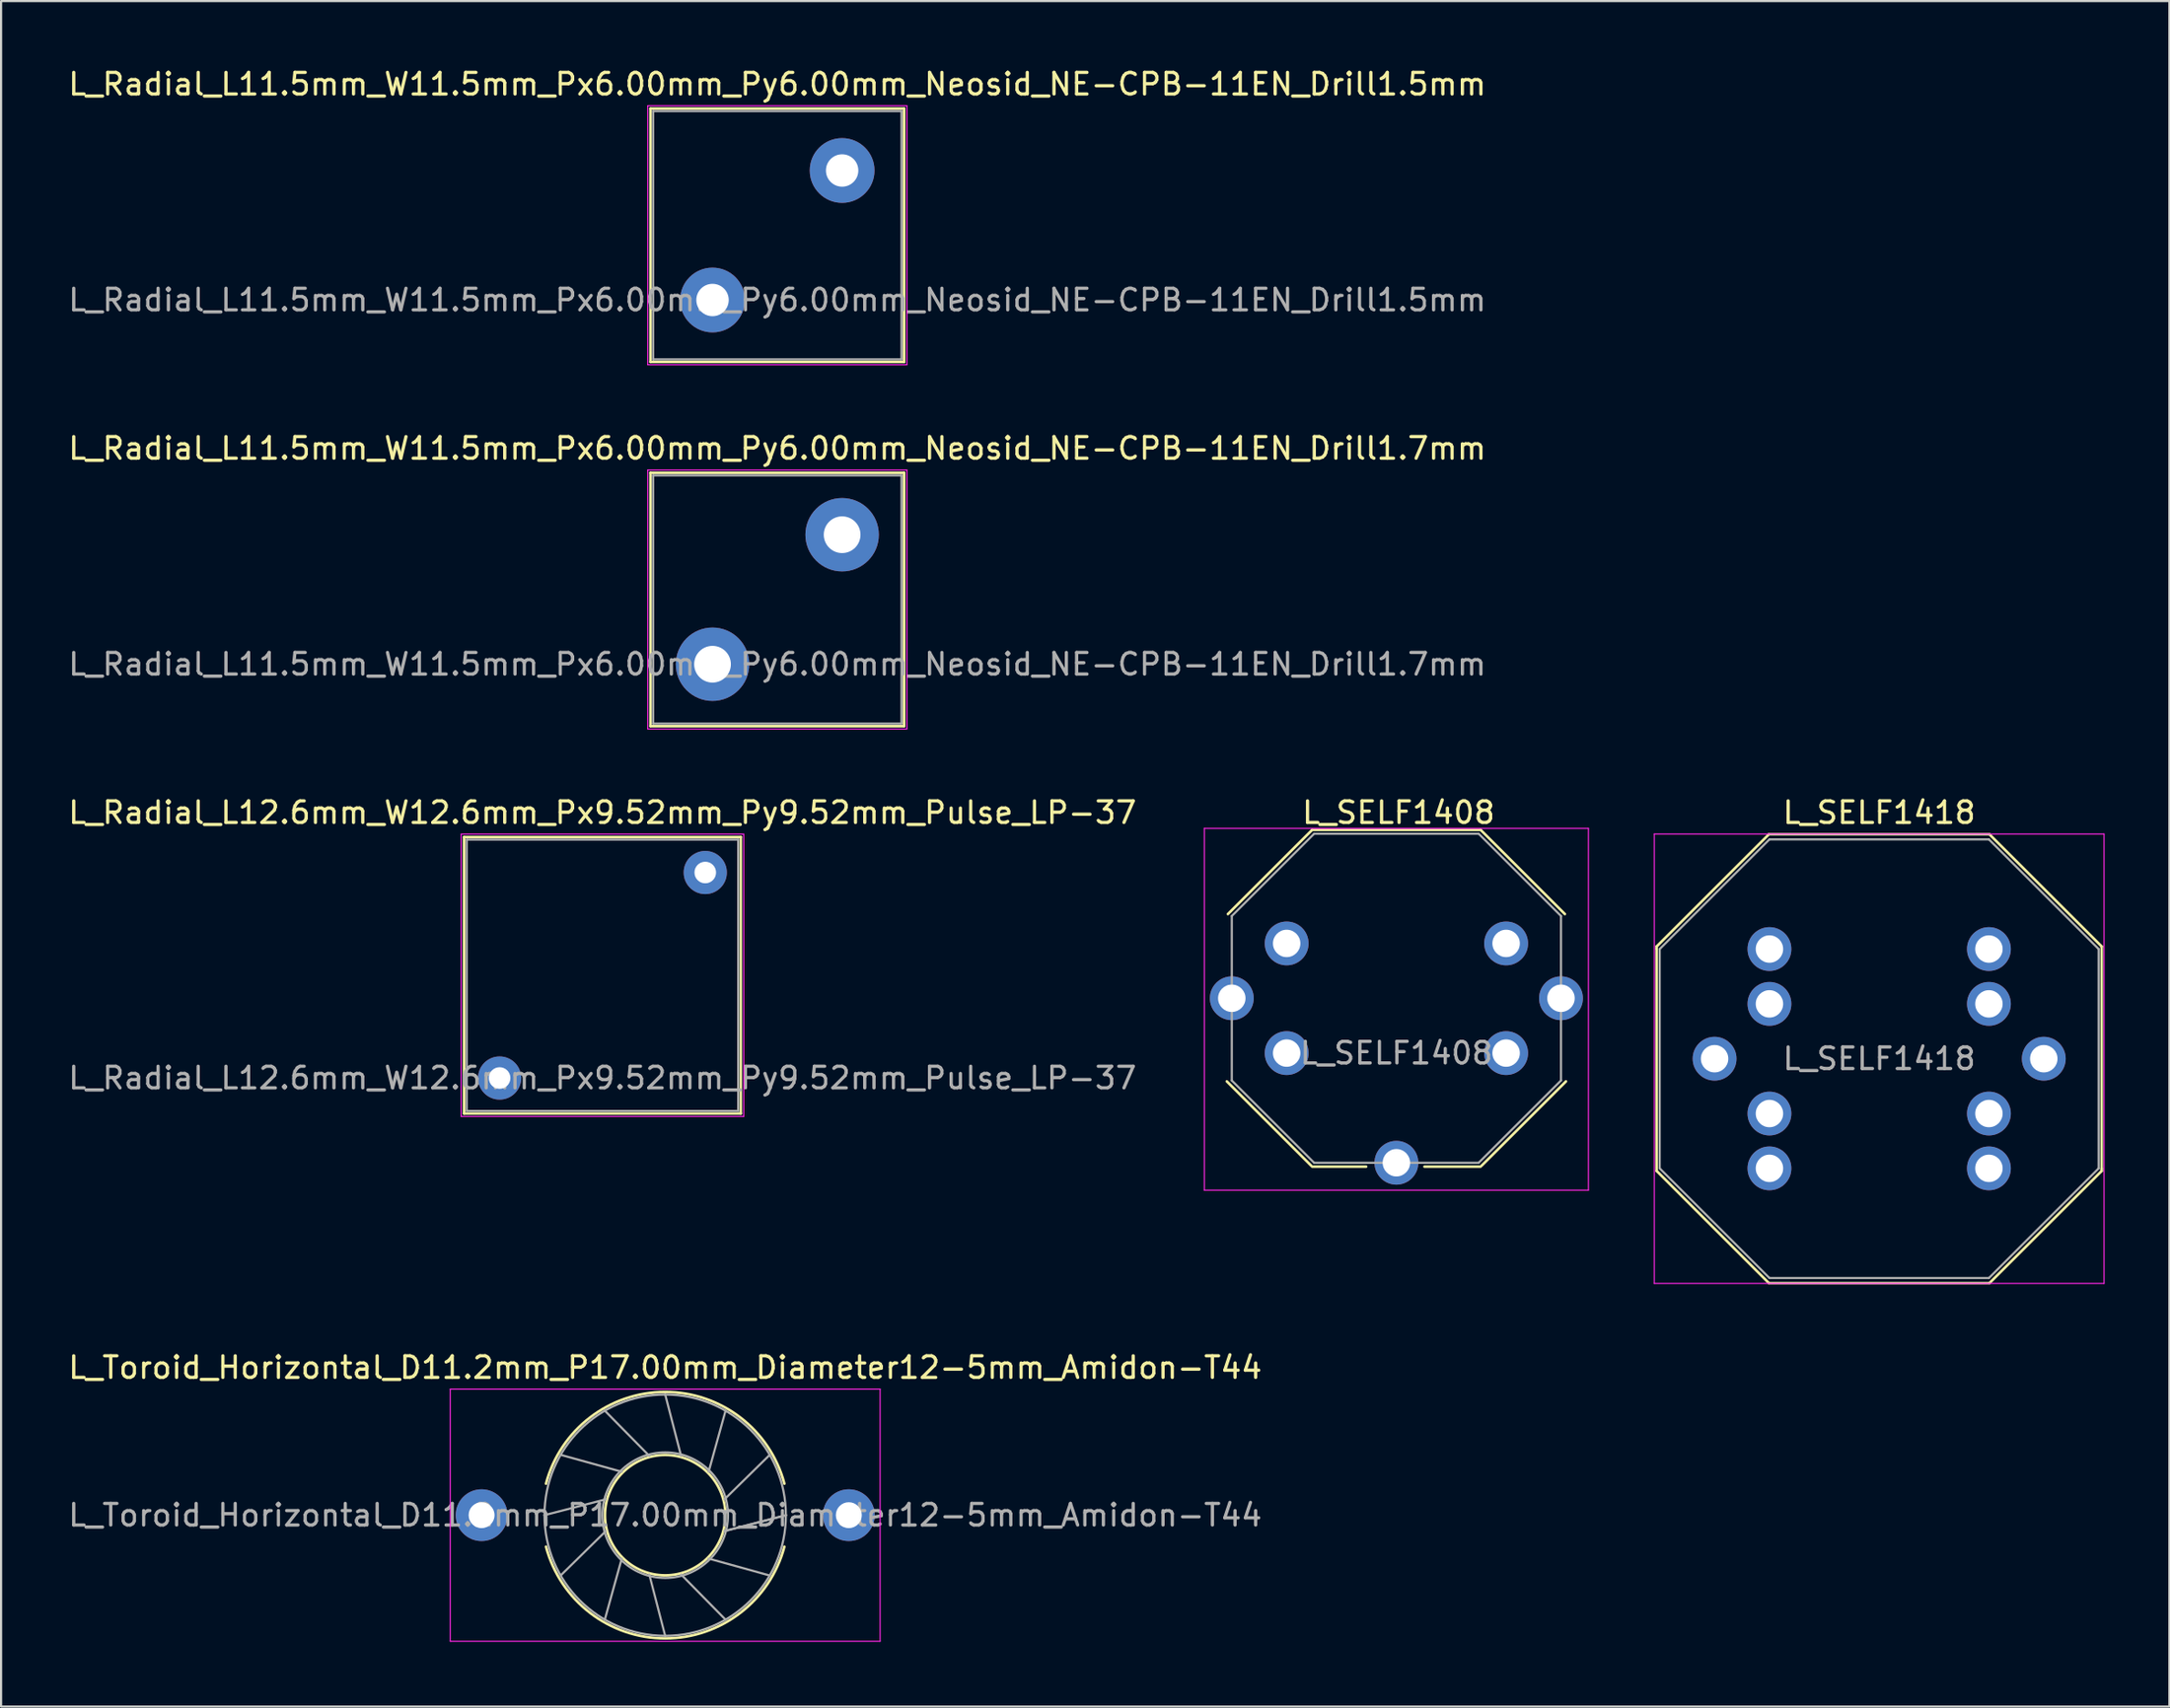
<source format=kicad_pcb>
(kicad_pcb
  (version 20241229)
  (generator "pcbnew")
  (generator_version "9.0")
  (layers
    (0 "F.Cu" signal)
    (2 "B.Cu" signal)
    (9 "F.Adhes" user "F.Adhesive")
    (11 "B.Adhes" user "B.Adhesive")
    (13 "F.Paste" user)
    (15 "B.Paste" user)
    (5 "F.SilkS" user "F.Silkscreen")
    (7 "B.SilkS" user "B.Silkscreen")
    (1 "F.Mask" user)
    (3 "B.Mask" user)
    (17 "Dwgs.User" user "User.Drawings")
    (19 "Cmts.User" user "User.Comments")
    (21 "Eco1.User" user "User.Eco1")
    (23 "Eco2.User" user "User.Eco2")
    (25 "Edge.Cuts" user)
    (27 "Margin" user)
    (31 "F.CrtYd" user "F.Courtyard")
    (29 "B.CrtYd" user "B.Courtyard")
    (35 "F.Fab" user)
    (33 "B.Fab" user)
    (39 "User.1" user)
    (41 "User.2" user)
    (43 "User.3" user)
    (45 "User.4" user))
  (footprint "L_SELF1408"
    (layer "F.Cu")
    (at 53.974 43.195)
    (property "Reference" "L_SELF1408" (at 7.72 -8.6 0) (layer "F.SilkS") (effects (font (size 1 1) (thickness 0.15))))
    (attr through_hole)
    (fp_line (start -0.18 -3.9) (end 3.72 -7.8) (stroke (width 0.12) (type solid)) (layer "F.SilkS"))
    (fp_line (start 3.67 7.75) (end -0.23 3.85) (stroke (width 0.12) (type solid)) (layer "F.SilkS"))
    (fp_line (start 3.72 -7.8) (end 11.52 -7.8) (stroke (width 0.12) (type solid)) (layer "F.SilkS"))
    (fp_line (start 6.22 7.8) (end 3.72 7.8) (stroke (width 0.12) (type solid)) (layer "F.SilkS"))
    (fp_line (start 11.52 -7.8) (end 15.42 -3.9) (stroke (width 0.12) (type solid)) (layer "F.SilkS"))
    (fp_line (start 11.52 7.8) (end 8.92 7.8) (stroke (width 0.12) (type solid)) (layer "F.SilkS"))
    (fp_line (start 15.47 3.85) (end 11.57 7.75) (stroke (width 0.12) (type solid)) (layer "F.SilkS"))
    (fp_line (start -1.27 -7.87) (end -1.27 8.89) (stroke (width 0.05) (type solid)) (layer "F.CrtYd"))
    (fp_line (start -1.27 -7.87) (end 16.51 -7.87) (stroke (width 0.05) (type solid)) (layer "F.CrtYd"))
    (fp_line (start 16.51 8.89) (end -1.27 8.89) (stroke (width 0.05) (type solid)) (layer "F.CrtYd"))
    (fp_line (start 16.51 8.89) (end 16.51 -7.87) (stroke (width 0.05) (type solid)) (layer "F.CrtYd"))
    (fp_line (start 0 -3.81) (end 0 3.81) (stroke (width 0.1) (type solid)) (layer "F.Fab"))
    (fp_line (start 0 3.81) (end 3.81 7.62) (stroke (width 0.1) (type solid)) (layer "F.Fab"))
    (fp_line (start 3.81 -7.62) (end 0 -3.81) (stroke (width 0.1) (type solid)) (layer "F.Fab"))
    (fp_line (start 3.81 7.62) (end 11.43 7.62) (stroke (width 0.1) (type solid)) (layer "F.Fab"))
    (fp_line (start 11.43 -7.62) (end 3.81 -7.62) (stroke (width 0.1) (type solid)) (layer "F.Fab"))
    (fp_line (start 11.43 7.62) (end 15.24 3.81) (stroke (width 0.1) (type solid)) (layer "F.Fab"))
    (fp_line (start 15.24 -3.81) (end 11.43 -7.62) (stroke (width 0.1) (type solid)) (layer "F.Fab"))
    (fp_line (start 15.24 3.81) (end 15.24 -3.81) (stroke (width 0.1) (type solid)) (layer "F.Fab"))
    (fp_text user "${REFERENCE}" (at 7.62 2.54 0) (layer "F.Fab") (effects (font (size 1 1) (thickness 0.15))))
    (pad "0" thru_hole circle (at 7.62 7.62) (size 2.03 2.03) (drill 1.27) (layers "*.Cu" "*.Mask"))
    (pad "1" thru_hole circle (at 0 0) (size 2.03 2.03) (drill 1.27) (layers "*.Cu" "*.Mask"))
    (pad "1" thru_hole circle (at 2.54 -2.54) (size 2.03 2.03) (drill 1.27) (layers "*.Cu" "*.Mask"))
    (pad "1" thru_hole circle (at 2.54 2.54) (size 2.03 2.03) (drill 1.27) (layers "*.Cu" "*.Mask"))
    (pad "2" thru_hole circle (at 12.7 -2.54) (size 2.03 2.03) (drill 1.27) (layers "*.Cu" "*.Mask"))
    (pad "2" thru_hole circle (at 12.7 2.54) (size 2.03 2.03) (drill 1.27) (layers "*.Cu" "*.Mask"))
    (pad "2" thru_hole circle (at 15.24 0) (size 2.03 2.03) (drill 1.27) (layers "*.Cu" "*.Mask")))
  (footprint "L_SELF1418"
    (layer "F.Cu")
    (at 78.864 40.915)
    (property "Reference" "L_SELF1418" (at 5.08 -6.32 0) (layer "F.SilkS") (effects (font (size 1 1) (thickness 0.15))))
    (attr through_hole)
    (fp_line (start -5.22 -0.12) (end -0.02 -5.32) (stroke (width 0.12) (type solid)) (layer "F.SilkS"))
    (fp_line (start -5.22 -0.02) (end -5.22 -0.12) (stroke (width 0.12) (type solid)) (layer "F.SilkS"))
    (fp_line (start -5.22 10.28) (end -5.22 -0.02) (stroke (width 0.12) (type solid)) (layer "F.SilkS"))
    (fp_line (start -0.02 -5.32) (end 10.18 -5.32) (stroke (width 0.12) (type solid)) (layer "F.SilkS"))
    (fp_line (start -0.02 15.48) (end -5.22 10.28) (stroke (width 0.12) (type solid)) (layer "F.SilkS"))
    (fp_line (start 10.18 -5.32) (end 15.38 -0.12) (stroke (width 0.12) (type solid)) (layer "F.SilkS"))
    (fp_line (start 10.18 15.48) (end -0.02 15.48) (stroke (width 0.12) (type solid)) (layer "F.SilkS"))
    (fp_line (start 15.38 -0.12) (end 15.38 10.18) (stroke (width 0.12) (type solid)) (layer "F.SilkS"))
    (fp_line (start 15.38 10.18) (end 15.38 10.28) (stroke (width 0.12) (type solid)) (layer "F.SilkS"))
    (fp_line (start 15.38 10.28) (end 10.18 15.48) (stroke (width 0.12) (type solid)) (layer "F.SilkS"))
    (fp_line (start -5.33 -5.33) (end -5.33 15.49) (stroke (width 0.05) (type solid)) (layer "F.CrtYd"))
    (fp_line (start -5.33 -5.33) (end 15.49 -5.33) (stroke (width 0.05) (type solid)) (layer "F.CrtYd"))
    (fp_line (start 15.49 15.49) (end -5.33 15.49) (stroke (width 0.05) (type solid)) (layer "F.CrtYd"))
    (fp_line (start 15.49 15.49) (end 15.49 -5.33) (stroke (width 0.05) (type solid)) (layer "F.CrtYd"))
    (fp_line (start -5.08 0) (end -5.08 10.16) (stroke (width 0.1) (type solid)) (layer "F.Fab"))
    (fp_line (start -5.08 10.16) (end 0 15.24) (stroke (width 0.1) (type solid)) (layer "F.Fab"))
    (fp_line (start 0 -5.08) (end -5.08 0) (stroke (width 0.1) (type solid)) (layer "F.Fab"))
    (fp_line (start 0 15.24) (end 10.16 15.24) (stroke (width 0.1) (type solid)) (layer "F.Fab"))
    (fp_line (start 10.16 -5.08) (end 0 -5.08) (stroke (width 0.1) (type solid)) (layer "F.Fab"))
    (fp_line (start 10.16 15.24) (end 15.24 10.16) (stroke (width 0.1) (type solid)) (layer "F.Fab"))
    (fp_line (start 15.24 0) (end 10.16 -5.08) (stroke (width 0.1) (type solid)) (layer "F.Fab"))
    (fp_line (start 15.24 10.16) (end 15.24 0) (stroke (width 0.1) (type solid)) (layer "F.Fab"))
    (fp_text user "${REFERENCE}" (at 5.08 5.08 0) (layer "F.Fab") (effects (font (size 1 1) (thickness 0.15))))
    (pad "" thru_hole circle (at -2.54 5.08) (size 2.03 2.03) (drill 1.27) (layers "*.Cu" "*.Mask"))
    (pad "" thru_hole circle (at 12.7 5.08) (size 2.03 2.03) (drill 1.27) (layers "*.Cu" "*.Mask"))
    (pad "1" thru_hole circle (at 0 0) (size 2.03 2.03) (drill 1.27) (layers "*.Cu" "*.Mask"))
    (pad "1" thru_hole circle (at 0 2.54) (size 2.03 2.03) (drill 1.27) (layers "*.Cu" "*.Mask"))
    (pad "2" thru_hole circle (at 10.16 0) (size 2.03 2.03) (drill 1.27) (layers "*.Cu" "*.Mask"))
    (pad "2" thru_hole circle (at 10.16 2.54) (size 2.03 2.03) (drill 1.27) (layers "*.Cu" "*.Mask"))
    (pad "3" thru_hole circle (at 10.16 7.62) (size 2.03 2.03) (drill 1.27) (layers "*.Cu" "*.Mask"))
    (pad "3" thru_hole circle (at 10.16 10.16) (size 2.03 2.03) (drill 1.27) (layers "*.Cu" "*.Mask"))
    (pad "4" thru_hole circle (at 0 7.62) (size 2.03 2.03) (drill 1.27) (layers "*.Cu" "*.Mask"))
    (pad "4" thru_hole circle (at 0 10.16) (size 2.03 2.03) (drill 1.27) (layers "*.Cu" "*.Mask")))
  (footprint "L_Toroid_Horizontal_D11.2mm_P17.00mm_Diameter12-5mm_Amidon-T44"
    (layer "F.Cu")
    (at 19.244 67.141)
    (property "Reference" "L_Toroid_Horizontal_D11.2mm_P17.00mm_Diameter12-5mm_Amidon-T44" (at 8.5 -6.838 0) (layer "F.SilkS") (effects (font (size 1 1) (thickness 0.15))))
    (attr through_hole)
    (fp_arc (start 2.981879 -1.46) (mid 8.5 -5.708) (end 14.018121 -1.46) (stroke (width 0.12) (type solid)) (layer "F.SilkS"))
    (fp_arc (start 14.018121 1.46) (mid 8.5 5.708) (end 2.981879 1.46) (stroke (width 0.12) (type solid)) (layer "F.SilkS"))
    (fp_circle (center 8.5 0) (end 11.288 0) (stroke (width 0.12) (type solid)) (fill no) (layer "F.SilkS"))
    (fp_line (start -1.45 -5.84) (end -1.45 5.84) (stroke (width 0.05) (type solid)) (layer "F.CrtYd"))
    (fp_line (start -1.45 5.84) (end 18.45 5.84) (stroke (width 0.05) (type solid)) (layer "F.CrtYd"))
    (fp_line (start 18.45 -5.84) (end -1.45 -5.84) (stroke (width 0.05) (type solid)) (layer "F.CrtYd"))
    (fp_line (start 18.45 5.84) (end 18.45 -5.84) (stroke (width 0.05) (type solid)) (layer "F.CrtYd"))
    (fp_line (start 2.906 0.001) (end 5.753 -0.736) (stroke (width 0.1) (type solid)) (layer "F.Fab"))
    (fp_line (start 3.655 -2.796) (end 6.489 -2.011) (stroke (width 0.1) (type solid)) (layer "F.Fab"))
    (fp_line (start 3.656 2.797) (end 5.753 0.736) (stroke (width 0.1) (type solid)) (layer "F.Fab"))
    (fp_line (start 5.702 -4.844) (end 7.764 -2.747) (stroke (width 0.1) (type solid)) (layer "F.Fab"))
    (fp_line (start 5.703 4.845) (end 6.489 2.011) (stroke (width 0.1) (type solid)) (layer "F.Fab"))
    (fp_line (start 8.499 -5.594) (end 9.236 -2.747) (stroke (width 0.1) (type solid)) (layer "F.Fab"))
    (fp_line (start 8.5 5.594) (end 7.764 2.747) (stroke (width 0.1) (type solid)) (layer "F.Fab"))
    (fp_line (start 11.296 -4.845) (end 10.511 -2.011) (stroke (width 0.1) (type solid)) (layer "F.Fab"))
    (fp_line (start 11.297 4.844) (end 9.236 2.747) (stroke (width 0.1) (type solid)) (layer "F.Fab"))
    (fp_line (start 13.344 -2.798) (end 11.247 -0.737) (stroke (width 0.1) (type solid)) (layer "F.Fab"))
    (fp_line (start 13.344 2.797) (end 10.511 2.011) (stroke (width 0.1) (type solid)) (layer "F.Fab"))
    (fp_line (start 14.094 -0.001) (end 11.247 0.736) (stroke (width 0.1) (type solid)) (layer "F.Fab"))
    (fp_line (start 14.094 0) (end 11.247 0.736) (stroke (width 0.1) (type solid)) (layer "F.Fab"))
    (fp_circle (center 8.5 0) (end 11.408 0) (stroke (width 0.1) (type solid)) (fill no) (layer "F.Fab"))
    (fp_circle (center 8.5 0) (end 14.088 0) (stroke (width 0.1) (type solid)) (fill no) (layer "F.Fab"))
    (fp_text user "${REFERENCE}" (at 8.5 0 0) (layer "F.Fab") (effects (font (size 1 1) (thickness 0.15))))
    (pad "1" thru_hole circle (at 0 0) (size 2.4 2.4) (drill 1.2) (layers "*.Cu" "*.Mask"))
    (pad "2" thru_hole circle (at 17 0) (size 2.4 2.4) (drill 1.2) (layers "*.Cu" "*.Mask")))
  (footprint "L_Radial_L12.6mm_W12.6mm_Px9.52mm_Py9.52mm_Pulse_LP-37"
    (layer "F.Cu")
    (at 20.079 46.89)
    (property "Reference" "L_Radial_L12.6mm_W12.6mm_Px9.52mm_Py9.52mm_Pulse_LP-37" (at 4.76 -12.295 0) (layer "F.SilkS") (effects (font (size 1 1) (thickness 0.15))))
    (attr through_hole)
    (fp_line (start -1.645 -11.165) (end -1.645 1.645) (stroke (width 0.12) (type solid)) (layer "F.SilkS"))
    (fp_line (start -1.645 -11.165) (end 11.165 -11.165) (stroke (width 0.12) (type solid)) (layer "F.SilkS"))
    (fp_line (start -1.645 1.645) (end 11.165 1.645) (stroke (width 0.12) (type solid)) (layer "F.SilkS"))
    (fp_line (start 11.165 -11.165) (end 11.165 1.645) (stroke (width 0.12) (type solid)) (layer "F.SilkS"))
    (fp_line (start -1.78 -11.3) (end -1.78 1.78) (stroke (width 0.05) (type solid)) (layer "F.CrtYd"))
    (fp_line (start -1.78 1.78) (end 11.3 1.78) (stroke (width 0.05) (type solid)) (layer "F.CrtYd"))
    (fp_line (start 11.3 -11.3) (end -1.78 -11.3) (stroke (width 0.05) (type solid)) (layer "F.CrtYd"))
    (fp_line (start 11.3 1.78) (end 11.3 -11.3) (stroke (width 0.05) (type solid)) (layer "F.CrtYd"))
    (fp_line (start -1.525 -11.045) (end -1.525 1.525) (stroke (width 0.1) (type solid)) (layer "F.Fab"))
    (fp_line (start -1.525 1.525) (end 11.045 1.525) (stroke (width 0.1) (type solid)) (layer "F.Fab"))
    (fp_line (start 11.045 -11.045) (end -1.525 -11.045) (stroke (width 0.1) (type solid)) (layer "F.Fab"))
    (fp_line (start 11.045 1.525) (end 11.045 -11.045) (stroke (width 0.1) (type solid)) (layer "F.Fab"))
    (fp_text user "${REFERENCE}" (at 4.76 0 0) (layer "F.Fab") (effects (font (size 1 1) (thickness 0.15))))
    (pad "1" thru_hole circle (at 0 0) (size 2 2) (drill 1) (layers "*.Cu" "*.Mask"))
    (pad "2" thru_hole circle (at 9.52 -9.52) (size 2 2) (drill 1) (layers "*.Cu" "*.Mask")))
  (footprint "L_Radial_L11.5mm_W11.5mm_Px6.00mm_Py6.00mm_Neosid_NE-CPB-11EN_Drill1.5mm"
    (layer "F.Cu")
    (at 29.935 10.848)
    (property "Reference" "L_Radial_L11.5mm_W11.5mm_Px6.00mm_Py6.00mm_Neosid_NE-CPB-11EN_Drill1.5mm" (at 3 -10 0) (layer "F.SilkS") (effects (font (size 1 1) (thickness 0.15))))
    (attr through_hole)
    (fp_line (start -2.87 -8.87) (end -2.87 2.87) (stroke (width 0.12) (type solid)) (layer "F.SilkS"))
    (fp_line (start -2.87 -8.87) (end 8.87 -8.87) (stroke (width 0.12) (type solid)) (layer "F.SilkS"))
    (fp_line (start -2.87 2.87) (end 8.87 2.87) (stroke (width 0.12) (type solid)) (layer "F.SilkS"))
    (fp_line (start 8.87 -8.87) (end 8.87 2.87) (stroke (width 0.12) (type solid)) (layer "F.SilkS"))
    (fp_line (start -3 -9) (end -3 3) (stroke (width 0.05) (type solid)) (layer "F.CrtYd"))
    (fp_line (start -3 3) (end 9 3) (stroke (width 0.05) (type solid)) (layer "F.CrtYd"))
    (fp_line (start 9 -9) (end -3 -9) (stroke (width 0.05) (type solid)) (layer "F.CrtYd"))
    (fp_line (start 9 3) (end 9 -9) (stroke (width 0.05) (type solid)) (layer "F.CrtYd"))
    (fp_line (start -2.75 -8.75) (end -2.75 2.75) (stroke (width 0.1) (type solid)) (layer "F.Fab"))
    (fp_line (start -2.75 2.75) (end 8.75 2.75) (stroke (width 0.1) (type solid)) (layer "F.Fab"))
    (fp_line (start 8.75 -8.75) (end -2.75 -8.75) (stroke (width 0.1) (type solid)) (layer "F.Fab"))
    (fp_line (start 8.75 2.75) (end 8.75 -8.75) (stroke (width 0.1) (type solid)) (layer "F.Fab"))
    (fp_text user "${REFERENCE}" (at 3 0 0) (layer "F.Fab") (effects (font (size 1 1) (thickness 0.15))))
    (pad "1" thru_hole circle (at 0 0) (size 3 3) (drill 1.5) (layers "*.Cu" "*.Mask"))
    (pad "2" thru_hole circle (at 6 -6) (size 3 3) (drill 1.5) (layers "*.Cu" "*.Mask")))
  (footprint "L_Radial_L11.5mm_W11.5mm_Px6.00mm_Py6.00mm_Neosid_NE-CPB-11EN_Drill1.7mm"
    (layer "F.Cu")
    (at 29.935 27.721)
    (property "Reference" "L_Radial_L11.5mm_W11.5mm_Px6.00mm_Py6.00mm_Neosid_NE-CPB-11EN_Drill1.7mm" (at 3 -10 0) (layer "F.SilkS") (effects (font (size 1 1) (thickness 0.15))))
    (attr through_hole)
    (fp_line (start -2.87 -8.87) (end -2.87 2.87) (stroke (width 0.12) (type solid)) (layer "F.SilkS"))
    (fp_line (start -2.87 -8.87) (end 8.87 -8.87) (stroke (width 0.12) (type solid)) (layer "F.SilkS"))
    (fp_line (start -2.87 2.87) (end 8.87 2.87) (stroke (width 0.12) (type solid)) (layer "F.SilkS"))
    (fp_line (start 8.87 -8.87) (end 8.87 2.87) (stroke (width 0.12) (type solid)) (layer "F.SilkS"))
    (fp_line (start -3 -9) (end -3 3) (stroke (width 0.05) (type solid)) (layer "F.CrtYd"))
    (fp_line (start -3 3) (end 9 3) (stroke (width 0.05) (type solid)) (layer "F.CrtYd"))
    (fp_line (start 9 -9) (end -3 -9) (stroke (width 0.05) (type solid)) (layer "F.CrtYd"))
    (fp_line (start 9 3) (end 9 -9) (stroke (width 0.05) (type solid)) (layer "F.CrtYd"))
    (fp_line (start -2.75 -8.75) (end -2.75 2.75) (stroke (width 0.1) (type solid)) (layer "F.Fab"))
    (fp_line (start -2.75 2.75) (end 8.75 2.75) (stroke (width 0.1) (type solid)) (layer "F.Fab"))
    (fp_line (start 8.75 -8.75) (end -2.75 -8.75) (stroke (width 0.1) (type solid)) (layer "F.Fab"))
    (fp_line (start 8.75 2.75) (end 8.75 -8.75) (stroke (width 0.1) (type solid)) (layer "F.Fab"))
    (fp_text user "${REFERENCE}" (at 3 0 0) (layer "F.Fab") (effects (font (size 1 1) (thickness 0.15))))
    (pad "1" thru_hole circle (at 0 0) (size 3.4 3.4) (drill 1.7) (layers "*.Cu" "*.Mask"))
    (pad "2" thru_hole circle (at 6 -6) (size 3.4 3.4) (drill 1.7) (layers "*.Cu" "*.Mask")))
  (gr_rect
    (start -3 -3)
    (end 97.379 76.006)
    (stroke (width 0.1) (type default))
    (fill no)
    (layer "Edge.Cuts")))
</source>
